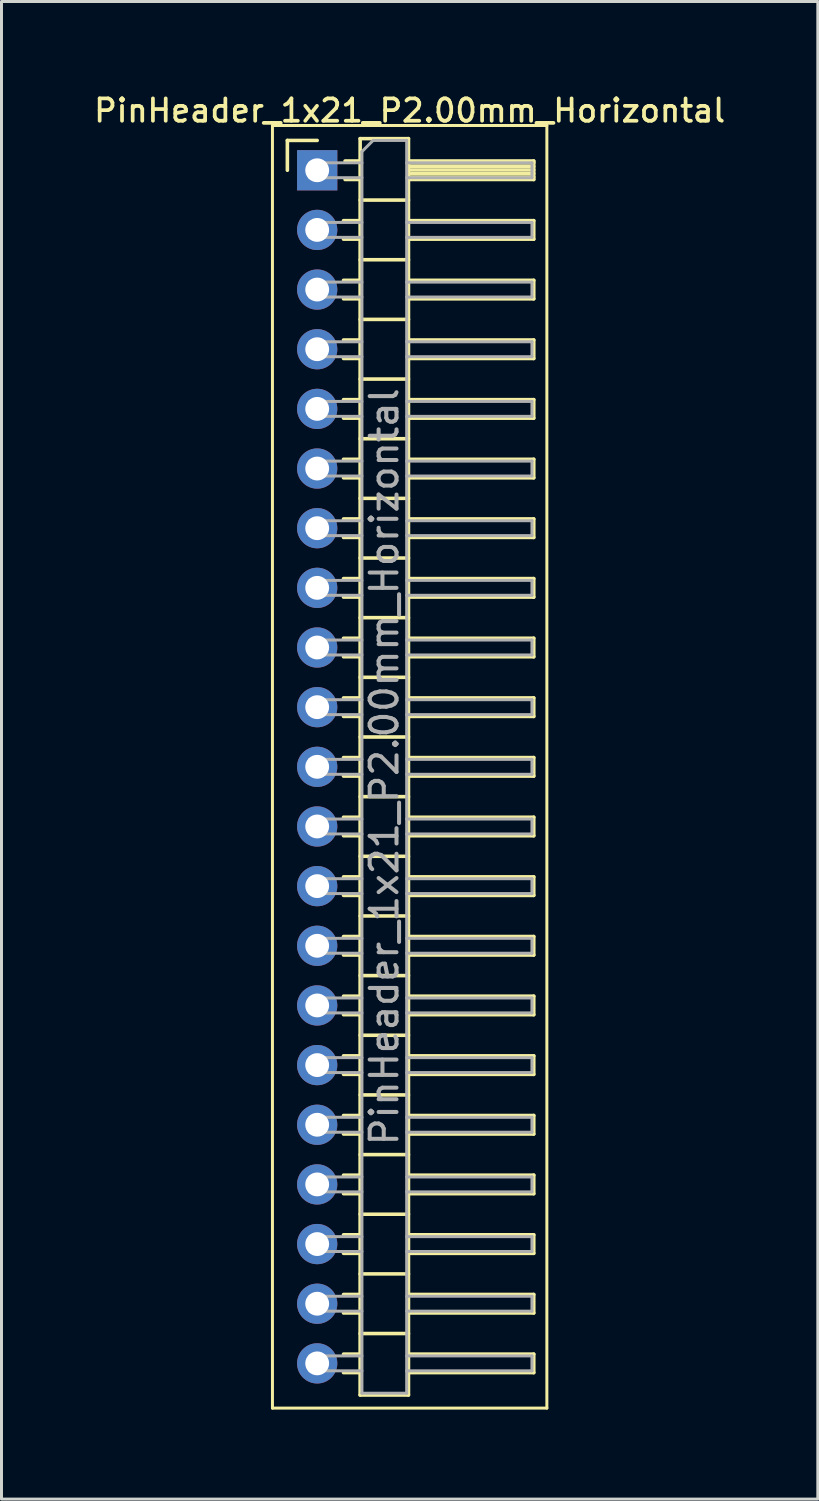
<source format=kicad_pcb>
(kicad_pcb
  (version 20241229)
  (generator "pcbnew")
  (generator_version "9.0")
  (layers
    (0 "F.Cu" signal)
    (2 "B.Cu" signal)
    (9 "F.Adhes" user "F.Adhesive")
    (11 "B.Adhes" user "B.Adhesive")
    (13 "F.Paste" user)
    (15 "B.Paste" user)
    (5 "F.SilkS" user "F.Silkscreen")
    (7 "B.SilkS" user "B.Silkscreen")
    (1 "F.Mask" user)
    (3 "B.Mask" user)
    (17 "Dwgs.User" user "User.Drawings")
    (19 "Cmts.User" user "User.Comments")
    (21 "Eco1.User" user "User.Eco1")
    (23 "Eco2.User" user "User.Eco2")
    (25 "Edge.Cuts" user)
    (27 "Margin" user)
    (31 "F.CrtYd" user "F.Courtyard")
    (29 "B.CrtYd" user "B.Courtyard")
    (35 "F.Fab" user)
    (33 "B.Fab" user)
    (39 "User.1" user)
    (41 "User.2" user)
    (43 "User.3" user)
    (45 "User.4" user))
  (footprint "PinHeader_1x21_P2.00mm_Horizontal"
    (layer "F.Cu")
    (at 7.584 2.658)
    (property "Reference" "PinHeader_1x21_P2.00mm_Horizontal" (at 3.1 -2 0) (layer "F.SilkS") (effects (font (size 0.75 0.75) (thickness 0.125))))
    (attr through_hole)
    (fp_line (start -1.5 -1.5) (end -1.5 41.5) (stroke (width 0.1) (type solid)) (layer "F.SilkS"))
    (fp_line (start -1.5 41.5) (end 7.7 41.5) (stroke (width 0.1) (type solid)) (layer "F.SilkS"))
    (fp_line (start -1 -1) (end 0 -1) (stroke (width 0.12) (type solid)) (layer "F.SilkS"))
    (fp_line (start -1 0) (end -1 -1) (stroke (width 0.12) (type solid)) (layer "F.SilkS"))
    (fp_line (start 0.882 1.69) (end 1.44 1.69) (stroke (width 0.12) (type solid)) (layer "F.SilkS"))
    (fp_line (start 0.882 2.31) (end 1.44 2.31) (stroke (width 0.12) (type solid)) (layer "F.SilkS"))
    (fp_line (start 0.882 3.69) (end 1.44 3.69) (stroke (width 0.12) (type solid)) (layer "F.SilkS"))
    (fp_line (start 0.882 4.31) (end 1.44 4.31) (stroke (width 0.12) (type solid)) (layer "F.SilkS"))
    (fp_line (start 0.882 5.69) (end 1.44 5.69) (stroke (width 0.12) (type solid)) (layer "F.SilkS"))
    (fp_line (start 0.882 6.31) (end 1.44 6.31) (stroke (width 0.12) (type solid)) (layer "F.SilkS"))
    (fp_line (start 0.882 7.69) (end 1.44 7.69) (stroke (width 0.12) (type solid)) (layer "F.SilkS"))
    (fp_line (start 0.882 8.31) (end 1.44 8.31) (stroke (width 0.12) (type solid)) (layer "F.SilkS"))
    (fp_line (start 0.882 9.69) (end 1.44 9.69) (stroke (width 0.12) (type solid)) (layer "F.SilkS"))
    (fp_line (start 0.882 10.31) (end 1.44 10.31) (stroke (width 0.12) (type solid)) (layer "F.SilkS"))
    (fp_line (start 0.882 11.69) (end 1.44 11.69) (stroke (width 0.12) (type solid)) (layer "F.SilkS"))
    (fp_line (start 0.882 12.31) (end 1.44 12.31) (stroke (width 0.12) (type solid)) (layer "F.SilkS"))
    (fp_line (start 0.882 13.69) (end 1.44 13.69) (stroke (width 0.12) (type solid)) (layer "F.SilkS"))
    (fp_line (start 0.882 14.31) (end 1.44 14.31) (stroke (width 0.12) (type solid)) (layer "F.SilkS"))
    (fp_line (start 0.882 15.69) (end 1.44 15.69) (stroke (width 0.12) (type solid)) (layer "F.SilkS"))
    (fp_line (start 0.882 16.31) (end 1.44 16.31) (stroke (width 0.12) (type solid)) (layer "F.SilkS"))
    (fp_line (start 0.882 17.69) (end 1.44 17.69) (stroke (width 0.12) (type solid)) (layer "F.SilkS"))
    (fp_line (start 0.882 18.31) (end 1.44 18.31) (stroke (width 0.12) (type solid)) (layer "F.SilkS"))
    (fp_line (start 0.882 19.69) (end 1.44 19.69) (stroke (width 0.12) (type solid)) (layer "F.SilkS"))
    (fp_line (start 0.882 20.31) (end 1.44 20.31) (stroke (width 0.12) (type solid)) (layer "F.SilkS"))
    (fp_line (start 0.882 21.69) (end 1.44 21.69) (stroke (width 0.12) (type solid)) (layer "F.SilkS"))
    (fp_line (start 0.882 22.31) (end 1.44 22.31) (stroke (width 0.12) (type solid)) (layer "F.SilkS"))
    (fp_line (start 0.882 23.69) (end 1.44 23.69) (stroke (width 0.12) (type solid)) (layer "F.SilkS"))
    (fp_line (start 0.882 24.31) (end 1.44 24.31) (stroke (width 0.12) (type solid)) (layer "F.SilkS"))
    (fp_line (start 0.882 25.69) (end 1.44 25.69) (stroke (width 0.12) (type solid)) (layer "F.SilkS"))
    (fp_line (start 0.882 26.31) (end 1.44 26.31) (stroke (width 0.12) (type solid)) (layer "F.SilkS"))
    (fp_line (start 0.882 27.69) (end 1.44 27.69) (stroke (width 0.12) (type solid)) (layer "F.SilkS"))
    (fp_line (start 0.882 28.31) (end 1.44 28.31) (stroke (width 0.12) (type solid)) (layer "F.SilkS"))
    (fp_line (start 0.882 29.69) (end 1.44 29.69) (stroke (width 0.12) (type solid)) (layer "F.SilkS"))
    (fp_line (start 0.882 30.31) (end 1.44 30.31) (stroke (width 0.12) (type solid)) (layer "F.SilkS"))
    (fp_line (start 0.882 31.69) (end 1.44 31.69) (stroke (width 0.12) (type solid)) (layer "F.SilkS"))
    (fp_line (start 0.882 32.31) (end 1.44 32.31) (stroke (width 0.12) (type solid)) (layer "F.SilkS"))
    (fp_line (start 0.882 33.69) (end 1.44 33.69) (stroke (width 0.12) (type solid)) (layer "F.SilkS"))
    (fp_line (start 0.882 34.31) (end 1.44 34.31) (stroke (width 0.12) (type solid)) (layer "F.SilkS"))
    (fp_line (start 0.882 35.69) (end 1.44 35.69) (stroke (width 0.12) (type solid)) (layer "F.SilkS"))
    (fp_line (start 0.882 36.31) (end 1.44 36.31) (stroke (width 0.12) (type solid)) (layer "F.SilkS"))
    (fp_line (start 0.882 37.69) (end 1.44 37.69) (stroke (width 0.12) (type solid)) (layer "F.SilkS"))
    (fp_line (start 0.882 38.31) (end 1.44 38.31) (stroke (width 0.12) (type solid)) (layer "F.SilkS"))
    (fp_line (start 0.882 39.69) (end 1.44 39.69) (stroke (width 0.12) (type solid)) (layer "F.SilkS"))
    (fp_line (start 0.882 40.31) (end 1.44 40.31) (stroke (width 0.12) (type solid)) (layer "F.SilkS"))
    (fp_line (start 0.935 -0.31) (end 1.44 -0.31) (stroke (width 0.12) (type solid)) (layer "F.SilkS"))
    (fp_line (start 0.935 0.31) (end 1.44 0.31) (stroke (width 0.12) (type solid)) (layer "F.SilkS"))
    (fp_line (start 1.44 -1.06) (end 1.44 41.06) (stroke (width 0.12) (type solid)) (layer "F.SilkS"))
    (fp_line (start 1.44 1) (end 3.06 1) (stroke (width 0.12) (type solid)) (layer "F.SilkS"))
    (fp_line (start 1.44 3) (end 3.06 3) (stroke (width 0.12) (type solid)) (layer "F.SilkS"))
    (fp_line (start 1.44 5) (end 3.06 5) (stroke (width 0.12) (type solid)) (layer "F.SilkS"))
    (fp_line (start 1.44 7) (end 3.06 7) (stroke (width 0.12) (type solid)) (layer "F.SilkS"))
    (fp_line (start 1.44 9) (end 3.06 9) (stroke (width 0.12) (type solid)) (layer "F.SilkS"))
    (fp_line (start 1.44 11) (end 3.06 11) (stroke (width 0.12) (type solid)) (layer "F.SilkS"))
    (fp_line (start 1.44 13) (end 3.06 13) (stroke (width 0.12) (type solid)) (layer "F.SilkS"))
    (fp_line (start 1.44 15) (end 3.06 15) (stroke (width 0.12) (type solid)) (layer "F.SilkS"))
    (fp_line (start 1.44 17) (end 3.06 17) (stroke (width 0.12) (type solid)) (layer "F.SilkS"))
    (fp_line (start 1.44 19) (end 3.06 19) (stroke (width 0.12) (type solid)) (layer "F.SilkS"))
    (fp_line (start 1.44 21) (end 3.06 21) (stroke (width 0.12) (type solid)) (layer "F.SilkS"))
    (fp_line (start 1.44 23) (end 3.06 23) (stroke (width 0.12) (type solid)) (layer "F.SilkS"))
    (fp_line (start 1.44 25) (end 3.06 25) (stroke (width 0.12) (type solid)) (layer "F.SilkS"))
    (fp_line (start 1.44 27) (end 3.06 27) (stroke (width 0.12) (type solid)) (layer "F.SilkS"))
    (fp_line (start 1.44 29) (end 3.06 29) (stroke (width 0.12) (type solid)) (layer "F.SilkS"))
    (fp_line (start 1.44 31) (end 3.06 31) (stroke (width 0.12) (type solid)) (layer "F.SilkS"))
    (fp_line (start 1.44 33) (end 3.06 33) (stroke (width 0.12) (type solid)) (layer "F.SilkS"))
    (fp_line (start 1.44 35) (end 3.06 35) (stroke (width 0.12) (type solid)) (layer "F.SilkS"))
    (fp_line (start 1.44 37) (end 3.06 37) (stroke (width 0.12) (type solid)) (layer "F.SilkS"))
    (fp_line (start 1.44 39) (end 3.06 39) (stroke (width 0.12) (type solid)) (layer "F.SilkS"))
    (fp_line (start 1.44 41.06) (end 3.06 41.06) (stroke (width 0.12) (type solid)) (layer "F.SilkS"))
    (fp_line (start 3.06 -1.06) (end 1.44 -1.06) (stroke (width 0.12) (type solid)) (layer "F.SilkS"))
    (fp_line (start 3.06 -0.31) (end 7.26 -0.31) (stroke (width 0.12) (type solid)) (layer "F.SilkS"))
    (fp_line (start 3.06 -0.25) (end 7.26 -0.25) (stroke (width 0.12) (type solid)) (layer "F.SilkS"))
    (fp_line (start 3.06 -0.13) (end 7.26 -0.13) (stroke (width 0.12) (type solid)) (layer "F.SilkS"))
    (fp_line (start 3.06 -0.01) (end 7.26 -0.01) (stroke (width 0.12) (type solid)) (layer "F.SilkS"))
    (fp_line (start 3.06 0.11) (end 7.26 0.11) (stroke (width 0.12) (type solid)) (layer "F.SilkS"))
    (fp_line (start 3.06 0.23) (end 7.26 0.23) (stroke (width 0.12) (type solid)) (layer "F.SilkS"))
    (fp_line (start 3.06 1.69) (end 7.26 1.69) (stroke (width 0.12) (type solid)) (layer "F.SilkS"))
    (fp_line (start 3.06 3.69) (end 7.26 3.69) (stroke (width 0.12) (type solid)) (layer "F.SilkS"))
    (fp_line (start 3.06 5.69) (end 7.26 5.69) (stroke (width 0.12) (type solid)) (layer "F.SilkS"))
    (fp_line (start 3.06 7.69) (end 7.26 7.69) (stroke (width 0.12) (type solid)) (layer "F.SilkS"))
    (fp_line (start 3.06 9.69) (end 7.26 9.69) (stroke (width 0.12) (type solid)) (layer "F.SilkS"))
    (fp_line (start 3.06 11.69) (end 7.26 11.69) (stroke (width 0.12) (type solid)) (layer "F.SilkS"))
    (fp_line (start 3.06 13.69) (end 7.26 13.69) (stroke (width 0.12) (type solid)) (layer "F.SilkS"))
    (fp_line (start 3.06 15.69) (end 7.26 15.69) (stroke (width 0.12) (type solid)) (layer "F.SilkS"))
    (fp_line (start 3.06 17.69) (end 7.26 17.69) (stroke (width 0.12) (type solid)) (layer "F.SilkS"))
    (fp_line (start 3.06 19.69) (end 7.26 19.69) (stroke (width 0.12) (type solid)) (layer "F.SilkS"))
    (fp_line (start 3.06 21.69) (end 7.26 21.69) (stroke (width 0.12) (type solid)) (layer "F.SilkS"))
    (fp_line (start 3.06 23.69) (end 7.26 23.69) (stroke (width 0.12) (type solid)) (layer "F.SilkS"))
    (fp_line (start 3.06 25.69) (end 7.26 25.69) (stroke (width 0.12) (type solid)) (layer "F.SilkS"))
    (fp_line (start 3.06 27.69) (end 7.26 27.69) (stroke (width 0.12) (type solid)) (layer "F.SilkS"))
    (fp_line (start 3.06 29.69) (end 7.26 29.69) (stroke (width 0.12) (type solid)) (layer "F.SilkS"))
    (fp_line (start 3.06 31.69) (end 7.26 31.69) (stroke (width 0.12) (type solid)) (layer "F.SilkS"))
    (fp_line (start 3.06 33.69) (end 7.26 33.69) (stroke (width 0.12) (type solid)) (layer "F.SilkS"))
    (fp_line (start 3.06 35.69) (end 7.26 35.69) (stroke (width 0.12) (type solid)) (layer "F.SilkS"))
    (fp_line (start 3.06 37.69) (end 7.26 37.69) (stroke (width 0.12) (type solid)) (layer "F.SilkS"))
    (fp_line (start 3.06 39.69) (end 7.26 39.69) (stroke (width 0.12) (type solid)) (layer "F.SilkS"))
    (fp_line (start 3.06 41.06) (end 3.06 -1.06) (stroke (width 0.12) (type solid)) (layer "F.SilkS"))
    (fp_line (start 7.26 -0.31) (end 7.26 0.31) (stroke (width 0.12) (type solid)) (layer "F.SilkS"))
    (fp_line (start 7.26 0.31) (end 3.06 0.31) (stroke (width 0.12) (type solid)) (layer "F.SilkS"))
    (fp_line (start 7.26 1.69) (end 7.26 2.31) (stroke (width 0.12) (type solid)) (layer "F.SilkS"))
    (fp_line (start 7.26 2.31) (end 3.06 2.31) (stroke (width 0.12) (type solid)) (layer "F.SilkS"))
    (fp_line (start 7.26 3.69) (end 7.26 4.31) (stroke (width 0.12) (type solid)) (layer "F.SilkS"))
    (fp_line (start 7.26 4.31) (end 3.06 4.31) (stroke (width 0.12) (type solid)) (layer "F.SilkS"))
    (fp_line (start 7.26 5.69) (end 7.26 6.31) (stroke (width 0.12) (type solid)) (layer "F.SilkS"))
    (fp_line (start 7.26 6.31) (end 3.06 6.31) (stroke (width 0.12) (type solid)) (layer "F.SilkS"))
    (fp_line (start 7.26 7.69) (end 7.26 8.31) (stroke (width 0.12) (type solid)) (layer "F.SilkS"))
    (fp_line (start 7.26 8.31) (end 3.06 8.31) (stroke (width 0.12) (type solid)) (layer "F.SilkS"))
    (fp_line (start 7.26 9.69) (end 7.26 10.31) (stroke (width 0.12) (type solid)) (layer "F.SilkS"))
    (fp_line (start 7.26 10.31) (end 3.06 10.31) (stroke (width 0.12) (type solid)) (layer "F.SilkS"))
    (fp_line (start 7.26 11.69) (end 7.26 12.31) (stroke (width 0.12) (type solid)) (layer "F.SilkS"))
    (fp_line (start 7.26 12.31) (end 3.06 12.31) (stroke (width 0.12) (type solid)) (layer "F.SilkS"))
    (fp_line (start 7.26 13.69) (end 7.26 14.31) (stroke (width 0.12) (type solid)) (layer "F.SilkS"))
    (fp_line (start 7.26 14.31) (end 3.06 14.31) (stroke (width 0.12) (type solid)) (layer "F.SilkS"))
    (fp_line (start 7.26 15.69) (end 7.26 16.31) (stroke (width 0.12) (type solid)) (layer "F.SilkS"))
    (fp_line (start 7.26 16.31) (end 3.06 16.31) (stroke (width 0.12) (type solid)) (layer "F.SilkS"))
    (fp_line (start 7.26 17.69) (end 7.26 18.31) (stroke (width 0.12) (type solid)) (layer "F.SilkS"))
    (fp_line (start 7.26 18.31) (end 3.06 18.31) (stroke (width 0.12) (type solid)) (layer "F.SilkS"))
    (fp_line (start 7.26 19.69) (end 7.26 20.31) (stroke (width 0.12) (type solid)) (layer "F.SilkS"))
    (fp_line (start 7.26 20.31) (end 3.06 20.31) (stroke (width 0.12) (type solid)) (layer "F.SilkS"))
    (fp_line (start 7.26 21.69) (end 7.26 22.31) (stroke (width 0.12) (type solid)) (layer "F.SilkS"))
    (fp_line (start 7.26 22.31) (end 3.06 22.31) (stroke (width 0.12) (type solid)) (layer "F.SilkS"))
    (fp_line (start 7.26 23.69) (end 7.26 24.31) (stroke (width 0.12) (type solid)) (layer "F.SilkS"))
    (fp_line (start 7.26 24.31) (end 3.06 24.31) (stroke (width 0.12) (type solid)) (layer "F.SilkS"))
    (fp_line (start 7.26 25.69) (end 7.26 26.31) (stroke (width 0.12) (type solid)) (layer "F.SilkS"))
    (fp_line (start 7.26 26.31) (end 3.06 26.31) (stroke (width 0.12) (type solid)) (layer "F.SilkS"))
    (fp_line (start 7.26 27.69) (end 7.26 28.31) (stroke (width 0.12) (type solid)) (layer "F.SilkS"))
    (fp_line (start 7.26 28.31) (end 3.06 28.31) (stroke (width 0.12) (type solid)) (layer "F.SilkS"))
    (fp_line (start 7.26 29.69) (end 7.26 30.31) (stroke (width 0.12) (type solid)) (layer "F.SilkS"))
    (fp_line (start 7.26 30.31) (end 3.06 30.31) (stroke (width 0.12) (type solid)) (layer "F.SilkS"))
    (fp_line (start 7.26 31.69) (end 7.26 32.31) (stroke (width 0.12) (type solid)) (layer "F.SilkS"))
    (fp_line (start 7.26 32.31) (end 3.06 32.31) (stroke (width 0.12) (type solid)) (layer "F.SilkS"))
    (fp_line (start 7.26 33.69) (end 7.26 34.31) (stroke (width 0.12) (type solid)) (layer "F.SilkS"))
    (fp_line (start 7.26 34.31) (end 3.06 34.31) (stroke (width 0.12) (type solid)) (layer "F.SilkS"))
    (fp_line (start 7.26 35.69) (end 7.26 36.31) (stroke (width 0.12) (type solid)) (layer "F.SilkS"))
    (fp_line (start 7.26 36.31) (end 3.06 36.31) (stroke (width 0.12) (type solid)) (layer "F.SilkS"))
    (fp_line (start 7.26 37.69) (end 7.26 38.31) (stroke (width 0.12) (type solid)) (layer "F.SilkS"))
    (fp_line (start 7.26 38.31) (end 3.06 38.31) (stroke (width 0.12) (type solid)) (layer "F.SilkS"))
    (fp_line (start 7.26 39.69) (end 7.26 40.31) (stroke (width 0.12) (type solid)) (layer "F.SilkS"))
    (fp_line (start 7.26 40.31) (end 3.06 40.31) (stroke (width 0.12) (type solid)) (layer "F.SilkS"))
    (fp_line (start 7.7 -1.5) (end -1.5 -1.5) (stroke (width 0.1) (type solid)) (layer "F.SilkS"))
    (fp_line (start 7.7 41.5) (end 7.7 -1.5) (stroke (width 0.1) (type solid)) (layer "F.SilkS"))
    (fp_line (start -0.25 -0.25) (end -0.25 0.25) (stroke (width 0.1) (type solid)) (layer "F.Fab"))
    (fp_line (start -0.25 -0.25) (end 1.5 -0.25) (stroke (width 0.1) (type solid)) (layer "F.Fab"))
    (fp_line (start -0.25 0.25) (end 1.5 0.25) (stroke (width 0.1) (type solid)) (layer "F.Fab"))
    (fp_line (start -0.25 1.75) (end -0.25 2.25) (stroke (width 0.1) (type solid)) (layer "F.Fab"))
    (fp_line (start -0.25 1.75) (end 1.5 1.75) (stroke (width 0.1) (type solid)) (layer "F.Fab"))
    (fp_line (start -0.25 2.25) (end 1.5 2.25) (stroke (width 0.1) (type solid)) (layer "F.Fab"))
    (fp_line (start -0.25 3.75) (end -0.25 4.25) (stroke (width 0.1) (type solid)) (layer "F.Fab"))
    (fp_line (start -0.25 3.75) (end 1.5 3.75) (stroke (width 0.1) (type solid)) (layer "F.Fab"))
    (fp_line (start -0.25 4.25) (end 1.5 4.25) (stroke (width 0.1) (type solid)) (layer "F.Fab"))
    (fp_line (start -0.25 5.75) (end -0.25 6.25) (stroke (width 0.1) (type solid)) (layer "F.Fab"))
    (fp_line (start -0.25 5.75) (end 1.5 5.75) (stroke (width 0.1) (type solid)) (layer "F.Fab"))
    (fp_line (start -0.25 6.25) (end 1.5 6.25) (stroke (width 0.1) (type solid)) (layer "F.Fab"))
    (fp_line (start -0.25 7.75) (end -0.25 8.25) (stroke (width 0.1) (type solid)) (layer "F.Fab"))
    (fp_line (start -0.25 7.75) (end 1.5 7.75) (stroke (width 0.1) (type solid)) (layer "F.Fab"))
    (fp_line (start -0.25 8.25) (end 1.5 8.25) (stroke (width 0.1) (type solid)) (layer "F.Fab"))
    (fp_line (start -0.25 9.75) (end -0.25 10.25) (stroke (width 0.1) (type solid)) (layer "F.Fab"))
    (fp_line (start -0.25 9.75) (end 1.5 9.75) (stroke (width 0.1) (type solid)) (layer "F.Fab"))
    (fp_line (start -0.25 10.25) (end 1.5 10.25) (stroke (width 0.1) (type solid)) (layer "F.Fab"))
    (fp_line (start -0.25 11.75) (end -0.25 12.25) (stroke (width 0.1) (type solid)) (layer "F.Fab"))
    (fp_line (start -0.25 11.75) (end 1.5 11.75) (stroke (width 0.1) (type solid)) (layer "F.Fab"))
    (fp_line (start -0.25 12.25) (end 1.5 12.25) (stroke (width 0.1) (type solid)) (layer "F.Fab"))
    (fp_line (start -0.25 13.75) (end -0.25 14.25) (stroke (width 0.1) (type solid)) (layer "F.Fab"))
    (fp_line (start -0.25 13.75) (end 1.5 13.75) (stroke (width 0.1) (type solid)) (layer "F.Fab"))
    (fp_line (start -0.25 14.25) (end 1.5 14.25) (stroke (width 0.1) (type solid)) (layer "F.Fab"))
    (fp_line (start -0.25 15.75) (end -0.25 16.25) (stroke (width 0.1) (type solid)) (layer "F.Fab"))
    (fp_line (start -0.25 15.75) (end 1.5 15.75) (stroke (width 0.1) (type solid)) (layer "F.Fab"))
    (fp_line (start -0.25 16.25) (end 1.5 16.25) (stroke (width 0.1) (type solid)) (layer "F.Fab"))
    (fp_line (start -0.25 17.75) (end -0.25 18.25) (stroke (width 0.1) (type solid)) (layer "F.Fab"))
    (fp_line (start -0.25 17.75) (end 1.5 17.75) (stroke (width 0.1) (type solid)) (layer "F.Fab"))
    (fp_line (start -0.25 18.25) (end 1.5 18.25) (stroke (width 0.1) (type solid)) (layer "F.Fab"))
    (fp_line (start -0.25 19.75) (end -0.25 20.25) (stroke (width 0.1) (type solid)) (layer "F.Fab"))
    (fp_line (start -0.25 19.75) (end 1.5 19.75) (stroke (width 0.1) (type solid)) (layer "F.Fab"))
    (fp_line (start -0.25 20.25) (end 1.5 20.25) (stroke (width 0.1) (type solid)) (layer "F.Fab"))
    (fp_line (start -0.25 21.75) (end -0.25 22.25) (stroke (width 0.1) (type solid)) (layer "F.Fab"))
    (fp_line (start -0.25 21.75) (end 1.5 21.75) (stroke (width 0.1) (type solid)) (layer "F.Fab"))
    (fp_line (start -0.25 22.25) (end 1.5 22.25) (stroke (width 0.1) (type solid)) (layer "F.Fab"))
    (fp_line (start -0.25 23.75) (end -0.25 24.25) (stroke (width 0.1) (type solid)) (layer "F.Fab"))
    (fp_line (start -0.25 23.75) (end 1.5 23.75) (stroke (width 0.1) (type solid)) (layer "F.Fab"))
    (fp_line (start -0.25 24.25) (end 1.5 24.25) (stroke (width 0.1) (type solid)) (layer "F.Fab"))
    (fp_line (start -0.25 25.75) (end -0.25 26.25) (stroke (width 0.1) (type solid)) (layer "F.Fab"))
    (fp_line (start -0.25 25.75) (end 1.5 25.75) (stroke (width 0.1) (type solid)) (layer "F.Fab"))
    (fp_line (start -0.25 26.25) (end 1.5 26.25) (stroke (width 0.1) (type solid)) (layer "F.Fab"))
    (fp_line (start -0.25 27.75) (end -0.25 28.25) (stroke (width 0.1) (type solid)) (layer "F.Fab"))
    (fp_line (start -0.25 27.75) (end 1.5 27.75) (stroke (width 0.1) (type solid)) (layer "F.Fab"))
    (fp_line (start -0.25 28.25) (end 1.5 28.25) (stroke (width 0.1) (type solid)) (layer "F.Fab"))
    (fp_line (start -0.25 29.75) (end -0.25 30.25) (stroke (width 0.1) (type solid)) (layer "F.Fab"))
    (fp_line (start -0.25 29.75) (end 1.5 29.75) (stroke (width 0.1) (type solid)) (layer "F.Fab"))
    (fp_line (start -0.25 30.25) (end 1.5 30.25) (stroke (width 0.1) (type solid)) (layer "F.Fab"))
    (fp_line (start -0.25 31.75) (end -0.25 32.25) (stroke (width 0.1) (type solid)) (layer "F.Fab"))
    (fp_line (start -0.25 31.75) (end 1.5 31.75) (stroke (width 0.1) (type solid)) (layer "F.Fab"))
    (fp_line (start -0.25 32.25) (end 1.5 32.25) (stroke (width 0.1) (type solid)) (layer "F.Fab"))
    (fp_line (start -0.25 33.75) (end -0.25 34.25) (stroke (width 0.1) (type solid)) (layer "F.Fab"))
    (fp_line (start -0.25 33.75) (end 1.5 33.75) (stroke (width 0.1) (type solid)) (layer "F.Fab"))
    (fp_line (start -0.25 34.25) (end 1.5 34.25) (stroke (width 0.1) (type solid)) (layer "F.Fab"))
    (fp_line (start -0.25 35.75) (end -0.25 36.25) (stroke (width 0.1) (type solid)) (layer "F.Fab"))
    (fp_line (start -0.25 35.75) (end 1.5 35.75) (stroke (width 0.1) (type solid)) (layer "F.Fab"))
    (fp_line (start -0.25 36.25) (end 1.5 36.25) (stroke (width 0.1) (type solid)) (layer "F.Fab"))
    (fp_line (start -0.25 37.75) (end -0.25 38.25) (stroke (width 0.1) (type solid)) (layer "F.Fab"))
    (fp_line (start -0.25 37.75) (end 1.5 37.75) (stroke (width 0.1) (type solid)) (layer "F.Fab"))
    (fp_line (start -0.25 38.25) (end 1.5 38.25) (stroke (width 0.1) (type solid)) (layer "F.Fab"))
    (fp_line (start -0.25 39.75) (end -0.25 40.25) (stroke (width 0.1) (type solid)) (layer "F.Fab"))
    (fp_line (start -0.25 39.75) (end 1.5 39.75) (stroke (width 0.1) (type solid)) (layer "F.Fab"))
    (fp_line (start -0.25 40.25) (end 1.5 40.25) (stroke (width 0.1) (type solid)) (layer "F.Fab"))
    (fp_line (start 1.5 -0.625) (end 1.875 -1) (stroke (width 0.1) (type solid)) (layer "F.Fab"))
    (fp_line (start 1.5 41) (end 1.5 -0.625) (stroke (width 0.1) (type solid)) (layer "F.Fab"))
    (fp_line (start 1.875 -1) (end 3 -1) (stroke (width 0.1) (type solid)) (layer "F.Fab"))
    (fp_line (start 3 -1) (end 3 41) (stroke (width 0.1) (type solid)) (layer "F.Fab"))
    (fp_line (start 3 -0.25) (end 7.2 -0.25) (stroke (width 0.1) (type solid)) (layer "F.Fab"))
    (fp_line (start 3 0.25) (end 7.2 0.25) (stroke (width 0.1) (type solid)) (layer "F.Fab"))
    (fp_line (start 3 1.75) (end 7.2 1.75) (stroke (width 0.1) (type solid)) (layer "F.Fab"))
    (fp_line (start 3 2.25) (end 7.2 2.25) (stroke (width 0.1) (type solid)) (layer "F.Fab"))
    (fp_line (start 3 3.75) (end 7.2 3.75) (stroke (width 0.1) (type solid)) (layer "F.Fab"))
    (fp_line (start 3 4.25) (end 7.2 4.25) (stroke (width 0.1) (type solid)) (layer "F.Fab"))
    (fp_line (start 3 5.75) (end 7.2 5.75) (stroke (width 0.1) (type solid)) (layer "F.Fab"))
    (fp_line (start 3 6.25) (end 7.2 6.25) (stroke (width 0.1) (type solid)) (layer "F.Fab"))
    (fp_line (start 3 7.75) (end 7.2 7.75) (stroke (width 0.1) (type solid)) (layer "F.Fab"))
    (fp_line (start 3 8.25) (end 7.2 8.25) (stroke (width 0.1) (type solid)) (layer "F.Fab"))
    (fp_line (start 3 9.75) (end 7.2 9.75) (stroke (width 0.1) (type solid)) (layer "F.Fab"))
    (fp_line (start 3 10.25) (end 7.2 10.25) (stroke (width 0.1) (type solid)) (layer "F.Fab"))
    (fp_line (start 3 11.75) (end 7.2 11.75) (stroke (width 0.1) (type solid)) (layer "F.Fab"))
    (fp_line (start 3 12.25) (end 7.2 12.25) (stroke (width 0.1) (type solid)) (layer "F.Fab"))
    (fp_line (start 3 13.75) (end 7.2 13.75) (stroke (width 0.1) (type solid)) (layer "F.Fab"))
    (fp_line (start 3 14.25) (end 7.2 14.25) (stroke (width 0.1) (type solid)) (layer "F.Fab"))
    (fp_line (start 3 15.75) (end 7.2 15.75) (stroke (width 0.1) (type solid)) (layer "F.Fab"))
    (fp_line (start 3 16.25) (end 7.2 16.25) (stroke (width 0.1) (type solid)) (layer "F.Fab"))
    (fp_line (start 3 17.75) (end 7.2 17.75) (stroke (width 0.1) (type solid)) (layer "F.Fab"))
    (fp_line (start 3 18.25) (end 7.2 18.25) (stroke (width 0.1) (type solid)) (layer "F.Fab"))
    (fp_line (start 3 19.75) (end 7.2 19.75) (stroke (width 0.1) (type solid)) (layer "F.Fab"))
    (fp_line (start 3 20.25) (end 7.2 20.25) (stroke (width 0.1) (type solid)) (layer "F.Fab"))
    (fp_line (start 3 21.75) (end 7.2 21.75) (stroke (width 0.1) (type solid)) (layer "F.Fab"))
    (fp_line (start 3 22.25) (end 7.2 22.25) (stroke (width 0.1) (type solid)) (layer "F.Fab"))
    (fp_line (start 3 23.75) (end 7.2 23.75) (stroke (width 0.1) (type solid)) (layer "F.Fab"))
    (fp_line (start 3 24.25) (end 7.2 24.25) (stroke (width 0.1) (type solid)) (layer "F.Fab"))
    (fp_line (start 3 25.75) (end 7.2 25.75) (stroke (width 0.1) (type solid)) (layer "F.Fab"))
    (fp_line (start 3 26.25) (end 7.2 26.25) (stroke (width 0.1) (type solid)) (layer "F.Fab"))
    (fp_line (start 3 27.75) (end 7.2 27.75) (stroke (width 0.1) (type solid)) (layer "F.Fab"))
    (fp_line (start 3 28.25) (end 7.2 28.25) (stroke (width 0.1) (type solid)) (layer "F.Fab"))
    (fp_line (start 3 29.75) (end 7.2 29.75) (stroke (width 0.1) (type solid)) (layer "F.Fab"))
    (fp_line (start 3 30.25) (end 7.2 30.25) (stroke (width 0.1) (type solid)) (layer "F.Fab"))
    (fp_line (start 3 31.75) (end 7.2 31.75) (stroke (width 0.1) (type solid)) (layer "F.Fab"))
    (fp_line (start 3 32.25) (end 7.2 32.25) (stroke (width 0.1) (type solid)) (layer "F.Fab"))
    (fp_line (start 3 33.75) (end 7.2 33.75) (stroke (width 0.1) (type solid)) (layer "F.Fab"))
    (fp_line (start 3 34.25) (end 7.2 34.25) (stroke (width 0.1) (type solid)) (layer "F.Fab"))
    (fp_line (start 3 35.75) (end 7.2 35.75) (stroke (width 0.1) (type solid)) (layer "F.Fab"))
    (fp_line (start 3 36.25) (end 7.2 36.25) (stroke (width 0.1) (type solid)) (layer "F.Fab"))
    (fp_line (start 3 37.75) (end 7.2 37.75) (stroke (width 0.1) (type solid)) (layer "F.Fab"))
    (fp_line (start 3 38.25) (end 7.2 38.25) (stroke (width 0.1) (type solid)) (layer "F.Fab"))
    (fp_line (start 3 39.75) (end 7.2 39.75) (stroke (width 0.1) (type solid)) (layer "F.Fab"))
    (fp_line (start 3 40.25) (end 7.2 40.25) (stroke (width 0.1) (type solid)) (layer "F.Fab"))
    (fp_line (start 3 41) (end 1.5 41) (stroke (width 0.1) (type solid)) (layer "F.Fab"))
    (fp_line (start 7.2 -0.25) (end 7.2 0.25) (stroke (width 0.1) (type solid)) (layer "F.Fab"))
    (fp_line (start 7.2 1.75) (end 7.2 2.25) (stroke (width 0.1) (type solid)) (layer "F.Fab"))
    (fp_line (start 7.2 3.75) (end 7.2 4.25) (stroke (width 0.1) (type solid)) (layer "F.Fab"))
    (fp_line (start 7.2 5.75) (end 7.2 6.25) (stroke (width 0.1) (type solid)) (layer "F.Fab"))
    (fp_line (start 7.2 7.75) (end 7.2 8.25) (stroke (width 0.1) (type solid)) (layer "F.Fab"))
    (fp_line (start 7.2 9.75) (end 7.2 10.25) (stroke (width 0.1) (type solid)) (layer "F.Fab"))
    (fp_line (start 7.2 11.75) (end 7.2 12.25) (stroke (width 0.1) (type solid)) (layer "F.Fab"))
    (fp_line (start 7.2 13.75) (end 7.2 14.25) (stroke (width 0.1) (type solid)) (layer "F.Fab"))
    (fp_line (start 7.2 15.75) (end 7.2 16.25) (stroke (width 0.1) (type solid)) (layer "F.Fab"))
    (fp_line (start 7.2 17.75) (end 7.2 18.25) (stroke (width 0.1) (type solid)) (layer "F.Fab"))
    (fp_line (start 7.2 19.75) (end 7.2 20.25) (stroke (width 0.1) (type solid)) (layer "F.Fab"))
    (fp_line (start 7.2 21.75) (end 7.2 22.25) (stroke (width 0.1) (type solid)) (layer "F.Fab"))
    (fp_line (start 7.2 23.75) (end 7.2 24.25) (stroke (width 0.1) (type solid)) (layer "F.Fab"))
    (fp_line (start 7.2 25.75) (end 7.2 26.25) (stroke (width 0.1) (type solid)) (layer "F.Fab"))
    (fp_line (start 7.2 27.75) (end 7.2 28.25) (stroke (width 0.1) (type solid)) (layer "F.Fab"))
    (fp_line (start 7.2 29.75) (end 7.2 30.25) (stroke (width 0.1) (type solid)) (layer "F.Fab"))
    (fp_line (start 7.2 31.75) (end 7.2 32.25) (stroke (width 0.1) (type solid)) (layer "F.Fab"))
    (fp_line (start 7.2 33.75) (end 7.2 34.25) (stroke (width 0.1) (type solid)) (layer "F.Fab"))
    (fp_line (start 7.2 35.75) (end 7.2 36.25) (stroke (width 0.1) (type solid)) (layer "F.Fab"))
    (fp_line (start 7.2 37.75) (end 7.2 38.25) (stroke (width 0.1) (type solid)) (layer "F.Fab"))
    (fp_line (start 7.2 39.75) (end 7.2 40.25) (stroke (width 0.1) (type solid)) (layer "F.Fab"))
    (fp_text user "${REFERENCE}" (at 2.25 20 90) (layer "F.Fab") (effects (font (size 0.9 0.9) (thickness 0.135))))
    (pad "1" thru_hole rect (at 0 0) (size 1.35 1.35) (drill 0.8) (layers "*.Cu" "*.Mask"))
    (pad "2" thru_hole oval (at 0 2) (size 1.35 1.35) (drill 0.8) (layers "*.Cu" "*.Mask"))
    (pad "3" thru_hole oval (at 0 4) (size 1.35 1.35) (drill 0.8) (layers "*.Cu" "*.Mask"))
    (pad "4" thru_hole oval (at 0 6) (size 1.35 1.35) (drill 0.8) (layers "*.Cu" "*.Mask"))
    (pad "5" thru_hole oval (at 0 8) (size 1.35 1.35) (drill 0.8) (layers "*.Cu" "*.Mask"))
    (pad "6" thru_hole oval (at 0 10) (size 1.35 1.35) (drill 0.8) (layers "*.Cu" "*.Mask"))
    (pad "7" thru_hole oval (at 0 12) (size 1.35 1.35) (drill 0.8) (layers "*.Cu" "*.Mask"))
    (pad "8" thru_hole oval (at 0 14) (size 1.35 1.35) (drill 0.8) (layers "*.Cu" "*.Mask"))
    (pad "9" thru_hole oval (at 0 16) (size 1.35 1.35) (drill 0.8) (layers "*.Cu" "*.Mask"))
    (pad "10" thru_hole oval (at 0 18) (size 1.35 1.35) (drill 0.8) (layers "*.Cu" "*.Mask"))
    (pad "11" thru_hole oval (at 0 20) (size 1.35 1.35) (drill 0.8) (layers "*.Cu" "*.Mask"))
    (pad "12" thru_hole oval (at 0 22) (size 1.35 1.35) (drill 0.8) (layers "*.Cu" "*.Mask"))
    (pad "13" thru_hole oval (at 0 24) (size 1.35 1.35) (drill 0.8) (layers "*.Cu" "*.Mask"))
    (pad "14" thru_hole oval (at 0 26) (size 1.35 1.35) (drill 0.8) (layers "*.Cu" "*.Mask"))
    (pad "15" thru_hole oval (at 0 28) (size 1.35 1.35) (drill 0.8) (layers "*.Cu" "*.Mask"))
    (pad "16" thru_hole oval (at 0 30) (size 1.35 1.35) (drill 0.8) (layers "*.Cu" "*.Mask"))
    (pad "17" thru_hole oval (at 0 32) (size 1.35 1.35) (drill 0.8) (layers "*.Cu" "*.Mask"))
    (pad "18" thru_hole oval (at 0 34) (size 1.35 1.35) (drill 0.8) (layers "*.Cu" "*.Mask"))
    (pad "19" thru_hole oval (at 0 36) (size 1.35 1.35) (drill 0.8) (layers "*.Cu" "*.Mask"))
    (pad "20" thru_hole oval (at 0 38) (size 1.35 1.35) (drill 0.8) (layers "*.Cu" "*.Mask"))
    (pad "21" thru_hole oval (at 0 40) (size 1.35 1.35) (drill 0.8) (layers "*.Cu" "*.Mask")))
  (gr_rect
    (start -3 -3)
    (end 24.368 47.208)
    (stroke (width 0.1) (type default))
    (fill no)
    (layer "Edge.Cuts")))
</source>
